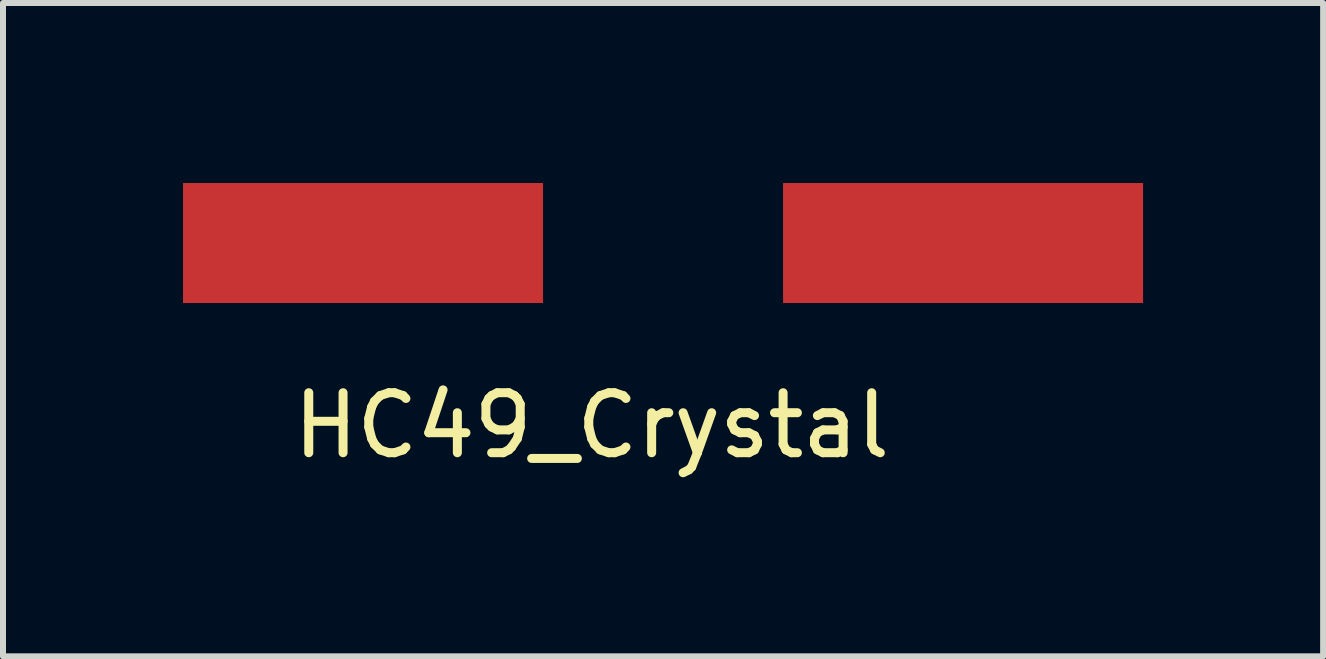
<source format=kicad_pcb>
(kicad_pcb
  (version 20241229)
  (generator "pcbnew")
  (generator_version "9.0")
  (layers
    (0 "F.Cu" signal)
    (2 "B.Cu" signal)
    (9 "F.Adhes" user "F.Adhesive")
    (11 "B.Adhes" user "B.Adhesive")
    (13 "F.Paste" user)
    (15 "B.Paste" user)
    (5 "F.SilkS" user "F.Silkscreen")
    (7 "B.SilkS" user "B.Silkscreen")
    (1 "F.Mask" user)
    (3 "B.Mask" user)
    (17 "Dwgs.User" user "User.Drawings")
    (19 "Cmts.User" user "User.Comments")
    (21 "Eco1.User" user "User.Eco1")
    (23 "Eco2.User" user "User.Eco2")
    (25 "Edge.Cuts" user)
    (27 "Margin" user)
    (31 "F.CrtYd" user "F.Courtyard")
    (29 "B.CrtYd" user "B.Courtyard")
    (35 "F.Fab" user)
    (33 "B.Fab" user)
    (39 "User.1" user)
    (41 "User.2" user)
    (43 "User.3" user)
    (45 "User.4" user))
  (footprint "HC49_Crystal"
    (layer "F.Cu")
    (at 8.08 1)
    (property "Reference" "HC49_Crystal" (at -1.27 3.04 0) (layer "F.SilkS") (effects (font (size 1 1) (thickness 0.15))))
    (attr through_hole)
    (pad "1" smd rect (at -5.08 0) (size 6 2) (layers "F.Cu" "F.Mask" "F.Paste"))
    (pad "2" smd rect (at 4.92 0) (size 6 2) (layers "F.Cu" "F.Mask" "F.Paste")))
  (gr_rect
    (start -3 -3)
    (end 19 7.888)
    (stroke (width 0.1) (type default))
    (fill no)
    (layer "Edge.Cuts")))
</source>
